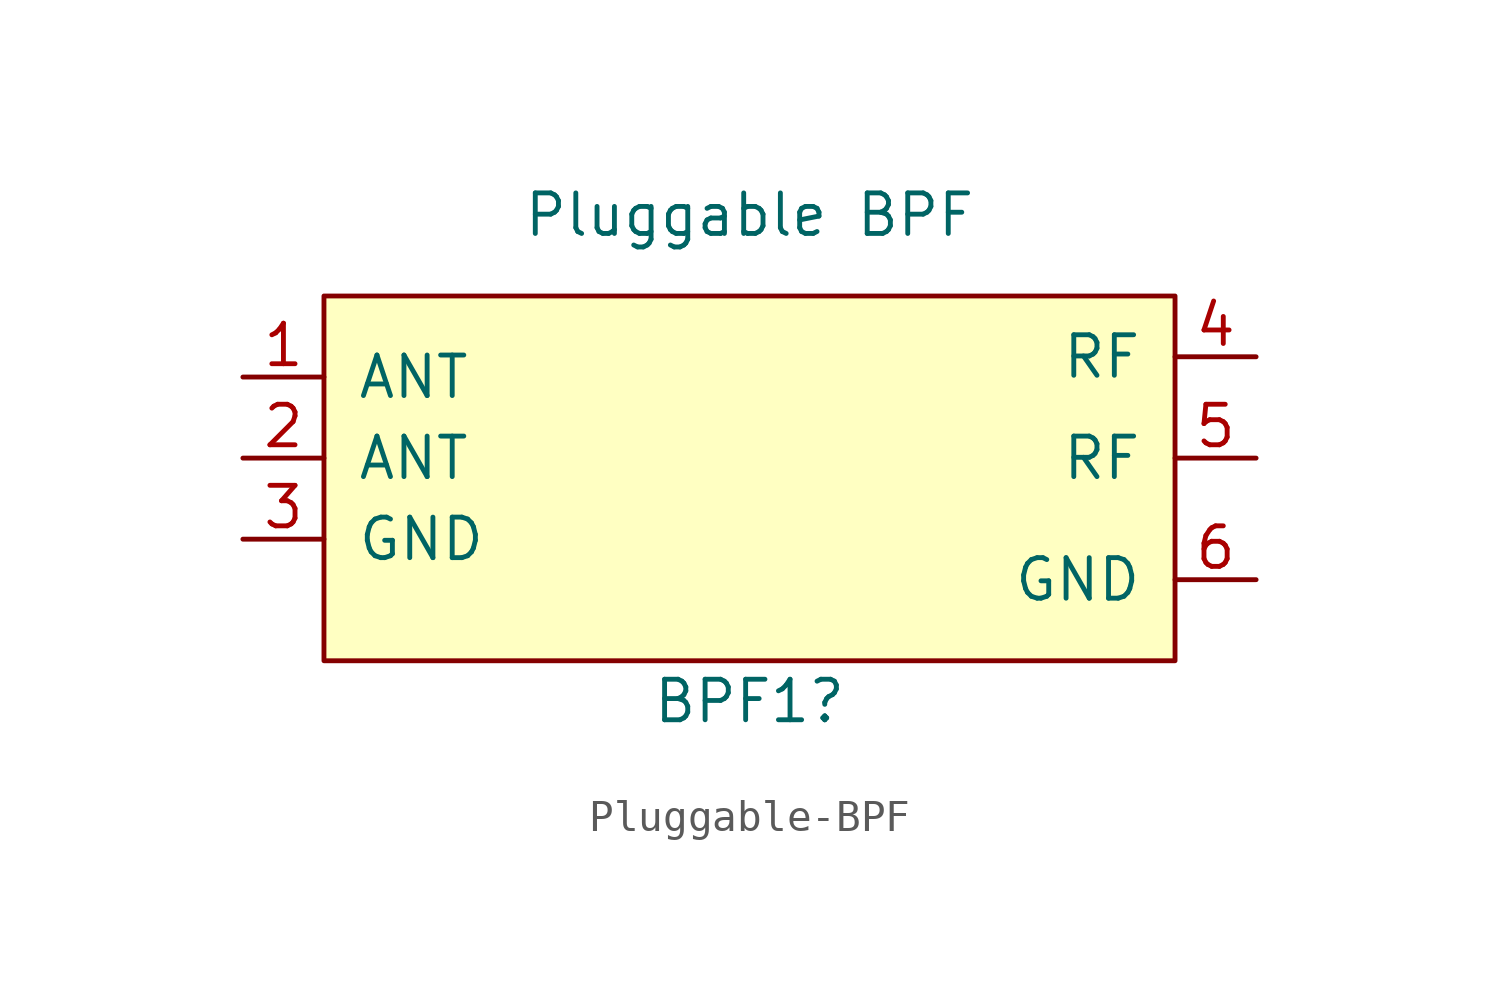
<source format=kicad_sym>
(kicad_symbol_lib
  (version 20220914)
  (generator kicad_symbol_editor)
  (symbol "Pluggable-BPF"
    (pin_names
      (offset 1.016))
    (property "Reference" "BPF1"
      (at 0.635 -5.08 0)
      (effects (font (size 1.27 1.27))))
    (property "Value" "Pluggable BPF"
      (at 0.635 10.16 0)
      (effects (font (size 1.27 1.27))))
    (symbol "Pluggable-BPF_0_1"
      (rectangle (start -12.7 7.62) (end 13.97 -3.81) (stroke (width 0) (type solid)) (fill (type background))))
    (symbol "Pluggable-BPF_1_1"
      (pin bidirectional line (at -15.24 5.08 0) (length 2.54) (name "ANT" (effects (font (size 1.27 1.27)))) (number "1" (effects (font (size 1.27 1.27)))))
      (pin bidirectional line (at -15.24 2.54 0) (length 2.54) (name "ANT" (effects (font (size 1.27 1.27)))) (number "2" (effects (font (size 1.27 1.27)))))
      (pin power_in line (at -15.24 0 0) (length 2.54) (name "GND" (effects (font (size 1.27 1.27)))) (number "3" (effects (font (size 1.27 1.27)))))
      (pin input line (at 16.51 5.715 180) (length 2.54) (name "RF" (effects (font (size 1.27 1.27)))) (number "4" (effects (font (size 1.27 1.27)))))
      (pin bidirectional line (at 16.51 2.54 180) (length 2.54) (name "RF" (effects (font (size 1.27 1.27)))) (number "5" (effects (font (size 1.27 1.27)))))
      (pin power_in line (at 16.51 -1.27 180) (length 2.54) (name "GND" (effects (font (size 1.27 1.27)))) (number "6" (effects (font (size 1.27 1.27))))))))
</source>
